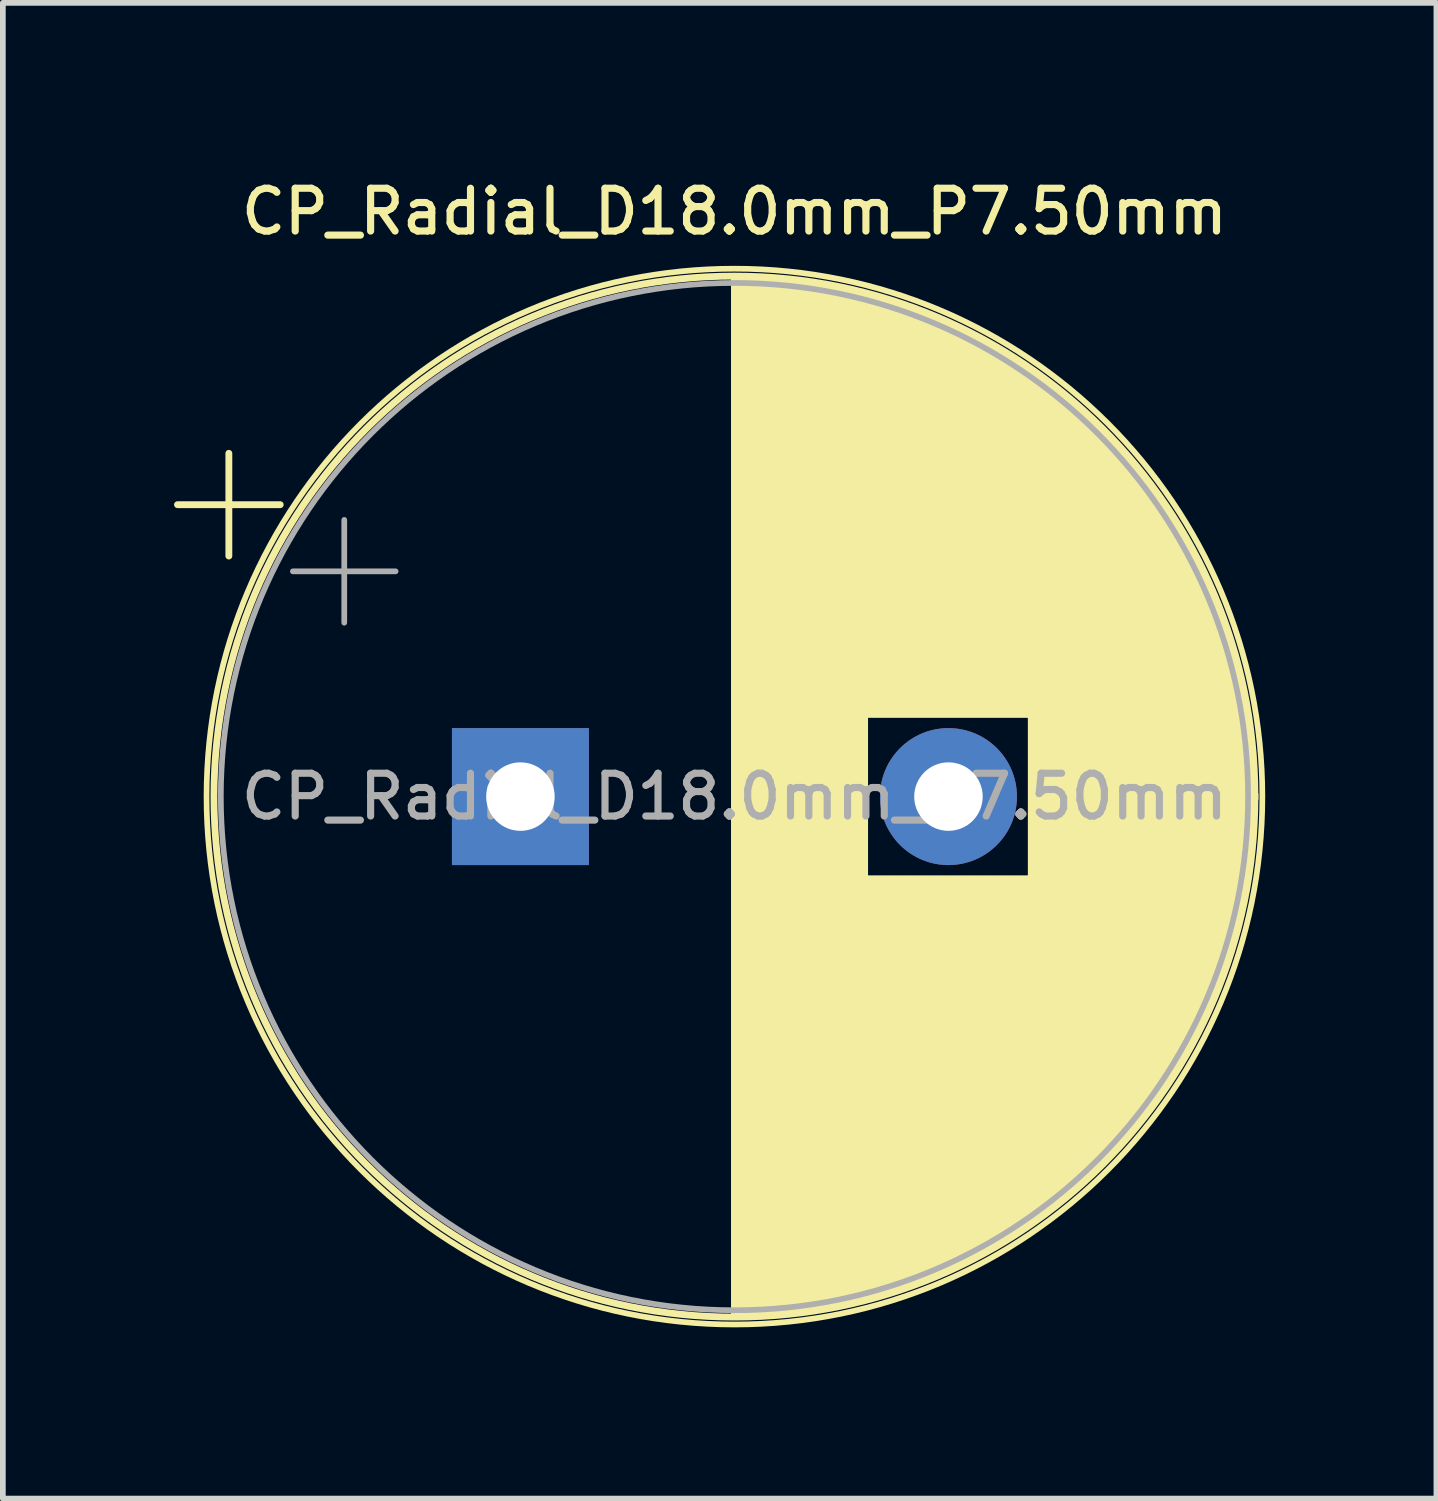
<source format=kicad_pcb>
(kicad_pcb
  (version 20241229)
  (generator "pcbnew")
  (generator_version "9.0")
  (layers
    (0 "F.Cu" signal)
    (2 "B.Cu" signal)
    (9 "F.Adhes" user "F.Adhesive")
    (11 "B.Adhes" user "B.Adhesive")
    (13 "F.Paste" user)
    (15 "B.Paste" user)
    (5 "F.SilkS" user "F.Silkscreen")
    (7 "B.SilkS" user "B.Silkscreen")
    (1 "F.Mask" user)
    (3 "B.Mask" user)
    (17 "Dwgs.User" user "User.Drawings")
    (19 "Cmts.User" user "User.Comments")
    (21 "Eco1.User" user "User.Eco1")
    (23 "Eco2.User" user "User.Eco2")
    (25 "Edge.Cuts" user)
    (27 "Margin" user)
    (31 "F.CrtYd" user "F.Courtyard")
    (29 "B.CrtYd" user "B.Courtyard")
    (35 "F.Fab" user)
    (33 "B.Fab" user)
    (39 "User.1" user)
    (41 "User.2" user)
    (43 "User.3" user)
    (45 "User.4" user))
  (footprint "CP_Radial_D18.0mm_P7.50mm"
    (layer "F.Cu")
    (at 6.069 10.908)
    (property "Reference" "CP_Radial_D18.0mm_P7.50mm" (at 3.75 -10.25 0) (layer "F.SilkS") (effects (font (size 0.75 0.75) (thickness 0.125))))
    (attr through_hole)
    (fp_line (start -6.009 -5.115) (end -4.209 -5.115) (stroke (width 0.12) (type solid)) (layer "F.SilkS"))
    (fp_line (start -5.109 -6.015) (end -5.109 -4.215) (stroke (width 0.12) (type solid)) (layer "F.SilkS"))
    (fp_line (start 3.75 -9.081) (end 3.75 9.081) (stroke (width 0.12) (type solid)) (layer "F.SilkS"))
    (fp_line (start 3.79 -9.08) (end 3.79 9.08) (stroke (width 0.12) (type solid)) (layer "F.SilkS"))
    (fp_line (start 3.83 -9.08) (end 3.83 9.08) (stroke (width 0.12) (type solid)) (layer "F.SilkS"))
    (fp_line (start 3.87 -9.08) (end 3.87 9.08) (stroke (width 0.12) (type solid)) (layer "F.SilkS"))
    (fp_line (start 3.91 -9.079) (end 3.91 9.079) (stroke (width 0.12) (type solid)) (layer "F.SilkS"))
    (fp_line (start 3.95 -9.078) (end 3.95 9.078) (stroke (width 0.12) (type solid)) (layer "F.SilkS"))
    (fp_line (start 3.99 -9.077) (end 3.99 9.077) (stroke (width 0.12) (type solid)) (layer "F.SilkS"))
    (fp_line (start 4.03 -9.076) (end 4.03 9.076) (stroke (width 0.12) (type solid)) (layer "F.SilkS"))
    (fp_line (start 4.07 -9.075) (end 4.07 9.075) (stroke (width 0.12) (type solid)) (layer "F.SilkS"))
    (fp_line (start 4.11 -9.073) (end 4.11 9.073) (stroke (width 0.12) (type solid)) (layer "F.SilkS"))
    (fp_line (start 4.15 -9.072) (end 4.15 9.072) (stroke (width 0.12) (type solid)) (layer "F.SilkS"))
    (fp_line (start 4.19 -9.07) (end 4.19 9.07) (stroke (width 0.12) (type solid)) (layer "F.SilkS"))
    (fp_line (start 4.23 -9.068) (end 4.23 9.068) (stroke (width 0.12) (type solid)) (layer "F.SilkS"))
    (fp_line (start 4.27 -9.066) (end 4.27 9.066) (stroke (width 0.12) (type solid)) (layer "F.SilkS"))
    (fp_line (start 4.31 -9.063) (end 4.31 9.063) (stroke (width 0.12) (type solid)) (layer "F.SilkS"))
    (fp_line (start 4.35 -9.061) (end 4.35 9.061) (stroke (width 0.12) (type solid)) (layer "F.SilkS"))
    (fp_line (start 4.39 -9.058) (end 4.39 9.058) (stroke (width 0.12) (type solid)) (layer "F.SilkS"))
    (fp_line (start 4.43 -9.055) (end 4.43 9.055) (stroke (width 0.12) (type solid)) (layer "F.SilkS"))
    (fp_line (start 4.471 -9.052) (end 4.471 9.052) (stroke (width 0.12) (type solid)) (layer "F.SilkS"))
    (fp_line (start 4.511 -9.049) (end 4.511 9.049) (stroke (width 0.12) (type solid)) (layer "F.SilkS"))
    (fp_line (start 4.551 -9.045) (end 4.551 9.045) (stroke (width 0.12) (type solid)) (layer "F.SilkS"))
    (fp_line (start 4.591 -9.042) (end 4.591 9.042) (stroke (width 0.12) (type solid)) (layer "F.SilkS"))
    (fp_line (start 4.631 -9.038) (end 4.631 9.038) (stroke (width 0.12) (type solid)) (layer "F.SilkS"))
    (fp_line (start 4.671 -9.034) (end 4.671 9.034) (stroke (width 0.12) (type solid)) (layer "F.SilkS"))
    (fp_line (start 4.711 -9.03) (end 4.711 9.03) (stroke (width 0.12) (type solid)) (layer "F.SilkS"))
    (fp_line (start 4.751 -9.026) (end 4.751 9.026) (stroke (width 0.12) (type solid)) (layer "F.SilkS"))
    (fp_line (start 4.791 -9.021) (end 4.791 9.021) (stroke (width 0.12) (type solid)) (layer "F.SilkS"))
    (fp_line (start 4.831 -9.016) (end 4.831 9.016) (stroke (width 0.12) (type solid)) (layer "F.SilkS"))
    (fp_line (start 4.871 -9.011) (end 4.871 9.011) (stroke (width 0.12) (type solid)) (layer "F.SilkS"))
    (fp_line (start 4.911 -9.006) (end 4.911 9.006) (stroke (width 0.12) (type solid)) (layer "F.SilkS"))
    (fp_line (start 4.951 -9.001) (end 4.951 9.001) (stroke (width 0.12) (type solid)) (layer "F.SilkS"))
    (fp_line (start 4.991 -8.996) (end 4.991 8.996) (stroke (width 0.12) (type solid)) (layer "F.SilkS"))
    (fp_line (start 5.031 -8.99) (end 5.031 8.99) (stroke (width 0.12) (type solid)) (layer "F.SilkS"))
    (fp_line (start 5.071 -8.984) (end 5.071 8.984) (stroke (width 0.12) (type solid)) (layer "F.SilkS"))
    (fp_line (start 5.111 -8.979) (end 5.111 8.979) (stroke (width 0.12) (type solid)) (layer "F.SilkS"))
    (fp_line (start 5.151 -8.972) (end 5.151 8.972) (stroke (width 0.12) (type solid)) (layer "F.SilkS"))
    (fp_line (start 5.191 -8.966) (end 5.191 8.966) (stroke (width 0.12) (type solid)) (layer "F.SilkS"))
    (fp_line (start 5.231 -8.96) (end 5.231 8.96) (stroke (width 0.12) (type solid)) (layer "F.SilkS"))
    (fp_line (start 5.271 -8.953) (end 5.271 8.953) (stroke (width 0.12) (type solid)) (layer "F.SilkS"))
    (fp_line (start 5.311 -8.946) (end 5.311 8.946) (stroke (width 0.12) (type solid)) (layer "F.SilkS"))
    (fp_line (start 5.351 -8.939) (end 5.351 8.939) (stroke (width 0.12) (type solid)) (layer "F.SilkS"))
    (fp_line (start 5.391 -8.932) (end 5.391 8.932) (stroke (width 0.12) (type solid)) (layer "F.SilkS"))
    (fp_line (start 5.431 -8.924) (end 5.431 8.924) (stroke (width 0.12) (type solid)) (layer "F.SilkS"))
    (fp_line (start 5.471 -8.917) (end 5.471 8.917) (stroke (width 0.12) (type solid)) (layer "F.SilkS"))
    (fp_line (start 5.511 -8.909) (end 5.511 8.909) (stroke (width 0.12) (type solid)) (layer "F.SilkS"))
    (fp_line (start 5.551 -8.901) (end 5.551 8.901) (stroke (width 0.12) (type solid)) (layer "F.SilkS"))
    (fp_line (start 5.591 -8.893) (end 5.591 8.893) (stroke (width 0.12) (type solid)) (layer "F.SilkS"))
    (fp_line (start 5.631 -8.885) (end 5.631 8.885) (stroke (width 0.12) (type solid)) (layer "F.SilkS"))
    (fp_line (start 5.671 -8.876) (end 5.671 8.876) (stroke (width 0.12) (type solid)) (layer "F.SilkS"))
    (fp_line (start 5.711 -8.867) (end 5.711 8.867) (stroke (width 0.12) (type solid)) (layer "F.SilkS"))
    (fp_line (start 5.751 -8.858) (end 5.751 8.858) (stroke (width 0.12) (type solid)) (layer "F.SilkS"))
    (fp_line (start 5.791 -8.849) (end 5.791 8.849) (stroke (width 0.12) (type solid)) (layer "F.SilkS"))
    (fp_line (start 5.831 -8.84) (end 5.831 8.84) (stroke (width 0.12) (type solid)) (layer "F.SilkS"))
    (fp_line (start 5.871 -8.831) (end 5.871 8.831) (stroke (width 0.12) (type solid)) (layer "F.SilkS"))
    (fp_line (start 5.911 -8.821) (end 5.911 8.821) (stroke (width 0.12) (type solid)) (layer "F.SilkS"))
    (fp_line (start 5.951 -8.811) (end 5.951 8.811) (stroke (width 0.12) (type solid)) (layer "F.SilkS"))
    (fp_line (start 5.991 -8.801) (end 5.991 8.801) (stroke (width 0.12) (type solid)) (layer "F.SilkS"))
    (fp_line (start 6.031 -8.791) (end 6.031 8.791) (stroke (width 0.12) (type solid)) (layer "F.SilkS"))
    (fp_line (start 6.071 -8.78) (end 6.071 -1.44) (stroke (width 0.12) (type solid)) (layer "F.SilkS"))
    (fp_line (start 6.071 1.44) (end 6.071 8.78) (stroke (width 0.12) (type solid)) (layer "F.SilkS"))
    (fp_line (start 6.111 -8.77) (end 6.111 -1.44) (stroke (width 0.12) (type solid)) (layer "F.SilkS"))
    (fp_line (start 6.111 1.44) (end 6.111 8.77) (stroke (width 0.12) (type solid)) (layer "F.SilkS"))
    (fp_line (start 6.151 -8.759) (end 6.151 -1.44) (stroke (width 0.12) (type solid)) (layer "F.SilkS"))
    (fp_line (start 6.151 1.44) (end 6.151 8.759) (stroke (width 0.12) (type solid)) (layer "F.SilkS"))
    (fp_line (start 6.191 -8.748) (end 6.191 -1.44) (stroke (width 0.12) (type solid)) (layer "F.SilkS"))
    (fp_line (start 6.191 1.44) (end 6.191 8.748) (stroke (width 0.12) (type solid)) (layer "F.SilkS"))
    (fp_line (start 6.231 -8.737) (end 6.231 -1.44) (stroke (width 0.12) (type solid)) (layer "F.SilkS"))
    (fp_line (start 6.231 1.44) (end 6.231 8.737) (stroke (width 0.12) (type solid)) (layer "F.SilkS"))
    (fp_line (start 6.271 -8.725) (end 6.271 -1.44) (stroke (width 0.12) (type solid)) (layer "F.SilkS"))
    (fp_line (start 6.271 1.44) (end 6.271 8.725) (stroke (width 0.12) (type solid)) (layer "F.SilkS"))
    (fp_line (start 6.311 -8.714) (end 6.311 -1.44) (stroke (width 0.12) (type solid)) (layer "F.SilkS"))
    (fp_line (start 6.311 1.44) (end 6.311 8.714) (stroke (width 0.12) (type solid)) (layer "F.SilkS"))
    (fp_line (start 6.351 -8.702) (end 6.351 -1.44) (stroke (width 0.12) (type solid)) (layer "F.SilkS"))
    (fp_line (start 6.351 1.44) (end 6.351 8.702) (stroke (width 0.12) (type solid)) (layer "F.SilkS"))
    (fp_line (start 6.391 -8.69) (end 6.391 -1.44) (stroke (width 0.12) (type solid)) (layer "F.SilkS"))
    (fp_line (start 6.391 1.44) (end 6.391 8.69) (stroke (width 0.12) (type solid)) (layer "F.SilkS"))
    (fp_line (start 6.431 -8.678) (end 6.431 -1.44) (stroke (width 0.12) (type solid)) (layer "F.SilkS"))
    (fp_line (start 6.431 1.44) (end 6.431 8.678) (stroke (width 0.12) (type solid)) (layer "F.SilkS"))
    (fp_line (start 6.471 -8.665) (end 6.471 -1.44) (stroke (width 0.12) (type solid)) (layer "F.SilkS"))
    (fp_line (start 6.471 1.44) (end 6.471 8.665) (stroke (width 0.12) (type solid)) (layer "F.SilkS"))
    (fp_line (start 6.511 -8.653) (end 6.511 -1.44) (stroke (width 0.12) (type solid)) (layer "F.SilkS"))
    (fp_line (start 6.511 1.44) (end 6.511 8.653) (stroke (width 0.12) (type solid)) (layer "F.SilkS"))
    (fp_line (start 6.551 -8.64) (end 6.551 -1.44) (stroke (width 0.12) (type solid)) (layer "F.SilkS"))
    (fp_line (start 6.551 1.44) (end 6.551 8.64) (stroke (width 0.12) (type solid)) (layer "F.SilkS"))
    (fp_line (start 6.591 -8.627) (end 6.591 -1.44) (stroke (width 0.12) (type solid)) (layer "F.SilkS"))
    (fp_line (start 6.591 1.44) (end 6.591 8.627) (stroke (width 0.12) (type solid)) (layer "F.SilkS"))
    (fp_line (start 6.631 -8.614) (end 6.631 -1.44) (stroke (width 0.12) (type solid)) (layer "F.SilkS"))
    (fp_line (start 6.631 1.44) (end 6.631 8.614) (stroke (width 0.12) (type solid)) (layer "F.SilkS"))
    (fp_line (start 6.671 -8.6) (end 6.671 -1.44) (stroke (width 0.12) (type solid)) (layer "F.SilkS"))
    (fp_line (start 6.671 1.44) (end 6.671 8.6) (stroke (width 0.12) (type solid)) (layer "F.SilkS"))
    (fp_line (start 6.711 -8.587) (end 6.711 -1.44) (stroke (width 0.12) (type solid)) (layer "F.SilkS"))
    (fp_line (start 6.711 1.44) (end 6.711 8.587) (stroke (width 0.12) (type solid)) (layer "F.SilkS"))
    (fp_line (start 6.751 -8.573) (end 6.751 -1.44) (stroke (width 0.12) (type solid)) (layer "F.SilkS"))
    (fp_line (start 6.751 1.44) (end 6.751 8.573) (stroke (width 0.12) (type solid)) (layer "F.SilkS"))
    (fp_line (start 6.791 -8.559) (end 6.791 -1.44) (stroke (width 0.12) (type solid)) (layer "F.SilkS"))
    (fp_line (start 6.791 1.44) (end 6.791 8.559) (stroke (width 0.12) (type solid)) (layer "F.SilkS"))
    (fp_line (start 6.831 -8.545) (end 6.831 -1.44) (stroke (width 0.12) (type solid)) (layer "F.SilkS"))
    (fp_line (start 6.831 1.44) (end 6.831 8.545) (stroke (width 0.12) (type solid)) (layer "F.SilkS"))
    (fp_line (start 6.871 -8.53) (end 6.871 -1.44) (stroke (width 0.12) (type solid)) (layer "F.SilkS"))
    (fp_line (start 6.871 1.44) (end 6.871 8.53) (stroke (width 0.12) (type solid)) (layer "F.SilkS"))
    (fp_line (start 6.911 -8.516) (end 6.911 -1.44) (stroke (width 0.12) (type solid)) (layer "F.SilkS"))
    (fp_line (start 6.911 1.44) (end 6.911 8.516) (stroke (width 0.12) (type solid)) (layer "F.SilkS"))
    (fp_line (start 6.951 -8.501) (end 6.951 -1.44) (stroke (width 0.12) (type solid)) (layer "F.SilkS"))
    (fp_line (start 6.951 1.44) (end 6.951 8.501) (stroke (width 0.12) (type solid)) (layer "F.SilkS"))
    (fp_line (start 6.991 -8.486) (end 6.991 -1.44) (stroke (width 0.12) (type solid)) (layer "F.SilkS"))
    (fp_line (start 6.991 1.44) (end 6.991 8.486) (stroke (width 0.12) (type solid)) (layer "F.SilkS"))
    (fp_line (start 7.031 -8.47) (end 7.031 -1.44) (stroke (width 0.12) (type solid)) (layer "F.SilkS"))
    (fp_line (start 7.031 1.44) (end 7.031 8.47) (stroke (width 0.12) (type solid)) (layer "F.SilkS"))
    (fp_line (start 7.071 -8.455) (end 7.071 -1.44) (stroke (width 0.12) (type solid)) (layer "F.SilkS"))
    (fp_line (start 7.071 1.44) (end 7.071 8.455) (stroke (width 0.12) (type solid)) (layer "F.SilkS"))
    (fp_line (start 7.111 -8.439) (end 7.111 -1.44) (stroke (width 0.12) (type solid)) (layer "F.SilkS"))
    (fp_line (start 7.111 1.44) (end 7.111 8.439) (stroke (width 0.12) (type solid)) (layer "F.SilkS"))
    (fp_line (start 7.151 -8.423) (end 7.151 -1.44) (stroke (width 0.12) (type solid)) (layer "F.SilkS"))
    (fp_line (start 7.151 1.44) (end 7.151 8.423) (stroke (width 0.12) (type solid)) (layer "F.SilkS"))
    (fp_line (start 7.191 -8.407) (end 7.191 -1.44) (stroke (width 0.12) (type solid)) (layer "F.SilkS"))
    (fp_line (start 7.191 1.44) (end 7.191 8.407) (stroke (width 0.12) (type solid)) (layer "F.SilkS"))
    (fp_line (start 7.231 -8.39) (end 7.231 -1.44) (stroke (width 0.12) (type solid)) (layer "F.SilkS"))
    (fp_line (start 7.231 1.44) (end 7.231 8.39) (stroke (width 0.12) (type solid)) (layer "F.SilkS"))
    (fp_line (start 7.271 -8.374) (end 7.271 -1.44) (stroke (width 0.12) (type solid)) (layer "F.SilkS"))
    (fp_line (start 7.271 1.44) (end 7.271 8.374) (stroke (width 0.12) (type solid)) (layer "F.SilkS"))
    (fp_line (start 7.311 -8.357) (end 7.311 -1.44) (stroke (width 0.12) (type solid)) (layer "F.SilkS"))
    (fp_line (start 7.311 1.44) (end 7.311 8.357) (stroke (width 0.12) (type solid)) (layer "F.SilkS"))
    (fp_line (start 7.351 -8.34) (end 7.351 -1.44) (stroke (width 0.12) (type solid)) (layer "F.SilkS"))
    (fp_line (start 7.351 1.44) (end 7.351 8.34) (stroke (width 0.12) (type solid)) (layer "F.SilkS"))
    (fp_line (start 7.391 -8.323) (end 7.391 -1.44) (stroke (width 0.12) (type solid)) (layer "F.SilkS"))
    (fp_line (start 7.391 1.44) (end 7.391 8.323) (stroke (width 0.12) (type solid)) (layer "F.SilkS"))
    (fp_line (start 7.431 -8.305) (end 7.431 -1.44) (stroke (width 0.12) (type solid)) (layer "F.SilkS"))
    (fp_line (start 7.431 1.44) (end 7.431 8.305) (stroke (width 0.12) (type solid)) (layer "F.SilkS"))
    (fp_line (start 7.471 -8.287) (end 7.471 -1.44) (stroke (width 0.12) (type solid)) (layer "F.SilkS"))
    (fp_line (start 7.471 1.44) (end 7.471 8.287) (stroke (width 0.12) (type solid)) (layer "F.SilkS"))
    (fp_line (start 7.511 -8.269) (end 7.511 -1.44) (stroke (width 0.12) (type solid)) (layer "F.SilkS"))
    (fp_line (start 7.511 1.44) (end 7.511 8.269) (stroke (width 0.12) (type solid)) (layer "F.SilkS"))
    (fp_line (start 7.551 -8.251) (end 7.551 -1.44) (stroke (width 0.12) (type solid)) (layer "F.SilkS"))
    (fp_line (start 7.551 1.44) (end 7.551 8.251) (stroke (width 0.12) (type solid)) (layer "F.SilkS"))
    (fp_line (start 7.591 -8.233) (end 7.591 -1.44) (stroke (width 0.12) (type solid)) (layer "F.SilkS"))
    (fp_line (start 7.591 1.44) (end 7.591 8.233) (stroke (width 0.12) (type solid)) (layer "F.SilkS"))
    (fp_line (start 7.631 -8.214) (end 7.631 -1.44) (stroke (width 0.12) (type solid)) (layer "F.SilkS"))
    (fp_line (start 7.631 1.44) (end 7.631 8.214) (stroke (width 0.12) (type solid)) (layer "F.SilkS"))
    (fp_line (start 7.671 -8.195) (end 7.671 -1.44) (stroke (width 0.12) (type solid)) (layer "F.SilkS"))
    (fp_line (start 7.671 1.44) (end 7.671 8.195) (stroke (width 0.12) (type solid)) (layer "F.SilkS"))
    (fp_line (start 7.711 -8.176) (end 7.711 -1.44) (stroke (width 0.12) (type solid)) (layer "F.SilkS"))
    (fp_line (start 7.711 1.44) (end 7.711 8.176) (stroke (width 0.12) (type solid)) (layer "F.SilkS"))
    (fp_line (start 7.751 -8.156) (end 7.751 -1.44) (stroke (width 0.12) (type solid)) (layer "F.SilkS"))
    (fp_line (start 7.751 1.44) (end 7.751 8.156) (stroke (width 0.12) (type solid)) (layer "F.SilkS"))
    (fp_line (start 7.791 -8.137) (end 7.791 -1.44) (stroke (width 0.12) (type solid)) (layer "F.SilkS"))
    (fp_line (start 7.791 1.44) (end 7.791 8.137) (stroke (width 0.12) (type solid)) (layer "F.SilkS"))
    (fp_line (start 7.831 -8.117) (end 7.831 -1.44) (stroke (width 0.12) (type solid)) (layer "F.SilkS"))
    (fp_line (start 7.831 1.44) (end 7.831 8.117) (stroke (width 0.12) (type solid)) (layer "F.SilkS"))
    (fp_line (start 7.871 -8.097) (end 7.871 -1.44) (stroke (width 0.12) (type solid)) (layer "F.SilkS"))
    (fp_line (start 7.871 1.44) (end 7.871 8.097) (stroke (width 0.12) (type solid)) (layer "F.SilkS"))
    (fp_line (start 7.911 -8.076) (end 7.911 -1.44) (stroke (width 0.12) (type solid)) (layer "F.SilkS"))
    (fp_line (start 7.911 1.44) (end 7.911 8.076) (stroke (width 0.12) (type solid)) (layer "F.SilkS"))
    (fp_line (start 7.951 -8.056) (end 7.951 -1.44) (stroke (width 0.12) (type solid)) (layer "F.SilkS"))
    (fp_line (start 7.951 1.44) (end 7.951 8.056) (stroke (width 0.12) (type solid)) (layer "F.SilkS"))
    (fp_line (start 7.991 -8.035) (end 7.991 -1.44) (stroke (width 0.12) (type solid)) (layer "F.SilkS"))
    (fp_line (start 7.991 1.44) (end 7.991 8.035) (stroke (width 0.12) (type solid)) (layer "F.SilkS"))
    (fp_line (start 8.031 -8.014) (end 8.031 -1.44) (stroke (width 0.12) (type solid)) (layer "F.SilkS"))
    (fp_line (start 8.031 1.44) (end 8.031 8.014) (stroke (width 0.12) (type solid)) (layer "F.SilkS"))
    (fp_line (start 8.071 -7.992) (end 8.071 -1.44) (stroke (width 0.12) (type solid)) (layer "F.SilkS"))
    (fp_line (start 8.071 1.44) (end 8.071 7.992) (stroke (width 0.12) (type solid)) (layer "F.SilkS"))
    (fp_line (start 8.111 -7.971) (end 8.111 -1.44) (stroke (width 0.12) (type solid)) (layer "F.SilkS"))
    (fp_line (start 8.111 1.44) (end 8.111 7.971) (stroke (width 0.12) (type solid)) (layer "F.SilkS"))
    (fp_line (start 8.151 -7.949) (end 8.151 -1.44) (stroke (width 0.12) (type solid)) (layer "F.SilkS"))
    (fp_line (start 8.151 1.44) (end 8.151 7.949) (stroke (width 0.12) (type solid)) (layer "F.SilkS"))
    (fp_line (start 8.191 -7.927) (end 8.191 -1.44) (stroke (width 0.12) (type solid)) (layer "F.SilkS"))
    (fp_line (start 8.191 1.44) (end 8.191 7.927) (stroke (width 0.12) (type solid)) (layer "F.SilkS"))
    (fp_line (start 8.231 -7.904) (end 8.231 -1.44) (stroke (width 0.12) (type solid)) (layer "F.SilkS"))
    (fp_line (start 8.231 1.44) (end 8.231 7.904) (stroke (width 0.12) (type solid)) (layer "F.SilkS"))
    (fp_line (start 8.271 -7.882) (end 8.271 -1.44) (stroke (width 0.12) (type solid)) (layer "F.SilkS"))
    (fp_line (start 8.271 1.44) (end 8.271 7.882) (stroke (width 0.12) (type solid)) (layer "F.SilkS"))
    (fp_line (start 8.311 -7.859) (end 8.311 -1.44) (stroke (width 0.12) (type solid)) (layer "F.SilkS"))
    (fp_line (start 8.311 1.44) (end 8.311 7.859) (stroke (width 0.12) (type solid)) (layer "F.SilkS"))
    (fp_line (start 8.351 -7.835) (end 8.351 -1.44) (stroke (width 0.12) (type solid)) (layer "F.SilkS"))
    (fp_line (start 8.351 1.44) (end 8.351 7.835) (stroke (width 0.12) (type solid)) (layer "F.SilkS"))
    (fp_line (start 8.391 -7.812) (end 8.391 -1.44) (stroke (width 0.12) (type solid)) (layer "F.SilkS"))
    (fp_line (start 8.391 1.44) (end 8.391 7.812) (stroke (width 0.12) (type solid)) (layer "F.SilkS"))
    (fp_line (start 8.431 -7.788) (end 8.431 -1.44) (stroke (width 0.12) (type solid)) (layer "F.SilkS"))
    (fp_line (start 8.431 1.44) (end 8.431 7.788) (stroke (width 0.12) (type solid)) (layer "F.SilkS"))
    (fp_line (start 8.471 -7.764) (end 8.471 -1.44) (stroke (width 0.12) (type solid)) (layer "F.SilkS"))
    (fp_line (start 8.471 1.44) (end 8.471 7.764) (stroke (width 0.12) (type solid)) (layer "F.SilkS"))
    (fp_line (start 8.511 -7.74) (end 8.511 -1.44) (stroke (width 0.12) (type solid)) (layer "F.SilkS"))
    (fp_line (start 8.511 1.44) (end 8.511 7.74) (stroke (width 0.12) (type solid)) (layer "F.SilkS"))
    (fp_line (start 8.551 -7.715) (end 8.551 -1.44) (stroke (width 0.12) (type solid)) (layer "F.SilkS"))
    (fp_line (start 8.551 1.44) (end 8.551 7.715) (stroke (width 0.12) (type solid)) (layer "F.SilkS"))
    (fp_line (start 8.591 -7.69) (end 8.591 -1.44) (stroke (width 0.12) (type solid)) (layer "F.SilkS"))
    (fp_line (start 8.591 1.44) (end 8.591 7.69) (stroke (width 0.12) (type solid)) (layer "F.SilkS"))
    (fp_line (start 8.631 -7.665) (end 8.631 -1.44) (stroke (width 0.12) (type solid)) (layer "F.SilkS"))
    (fp_line (start 8.631 1.44) (end 8.631 7.665) (stroke (width 0.12) (type solid)) (layer "F.SilkS"))
    (fp_line (start 8.671 -7.64) (end 8.671 -1.44) (stroke (width 0.12) (type solid)) (layer "F.SilkS"))
    (fp_line (start 8.671 1.44) (end 8.671 7.64) (stroke (width 0.12) (type solid)) (layer "F.SilkS"))
    (fp_line (start 8.711 -7.614) (end 8.711 -1.44) (stroke (width 0.12) (type solid)) (layer "F.SilkS"))
    (fp_line (start 8.711 1.44) (end 8.711 7.614) (stroke (width 0.12) (type solid)) (layer "F.SilkS"))
    (fp_line (start 8.751 -7.588) (end 8.751 -1.44) (stroke (width 0.12) (type solid)) (layer "F.SilkS"))
    (fp_line (start 8.751 1.44) (end 8.751 7.588) (stroke (width 0.12) (type solid)) (layer "F.SilkS"))
    (fp_line (start 8.791 -7.561) (end 8.791 -1.44) (stroke (width 0.12) (type solid)) (layer "F.SilkS"))
    (fp_line (start 8.791 1.44) (end 8.791 7.561) (stroke (width 0.12) (type solid)) (layer "F.SilkS"))
    (fp_line (start 8.831 -7.535) (end 8.831 -1.44) (stroke (width 0.12) (type solid)) (layer "F.SilkS"))
    (fp_line (start 8.831 1.44) (end 8.831 7.535) (stroke (width 0.12) (type solid)) (layer "F.SilkS"))
    (fp_line (start 8.871 -7.508) (end 8.871 -1.44) (stroke (width 0.12) (type solid)) (layer "F.SilkS"))
    (fp_line (start 8.871 1.44) (end 8.871 7.508) (stroke (width 0.12) (type solid)) (layer "F.SilkS"))
    (fp_line (start 8.911 -7.48) (end 8.911 -1.44) (stroke (width 0.12) (type solid)) (layer "F.SilkS"))
    (fp_line (start 8.911 1.44) (end 8.911 7.48) (stroke (width 0.12) (type solid)) (layer "F.SilkS"))
    (fp_line (start 8.951 -7.453) (end 8.951 7.453) (stroke (width 0.12) (type solid)) (layer "F.SilkS"))
    (fp_line (start 8.991 -7.425) (end 8.991 7.425) (stroke (width 0.12) (type solid)) (layer "F.SilkS"))
    (fp_line (start 9.031 -7.397) (end 9.031 7.397) (stroke (width 0.12) (type solid)) (layer "F.SilkS"))
    (fp_line (start 9.071 -7.368) (end 9.071 7.368) (stroke (width 0.12) (type solid)) (layer "F.SilkS"))
    (fp_line (start 9.111 -7.339) (end 9.111 7.339) (stroke (width 0.12) (type solid)) (layer "F.SilkS"))
    (fp_line (start 9.151 -7.31) (end 9.151 7.31) (stroke (width 0.12) (type solid)) (layer "F.SilkS"))
    (fp_line (start 9.191 -7.28) (end 9.191 7.28) (stroke (width 0.12) (type solid)) (layer "F.SilkS"))
    (fp_line (start 9.231 -7.25) (end 9.231 7.25) (stroke (width 0.12) (type solid)) (layer "F.SilkS"))
    (fp_line (start 9.271 -7.22) (end 9.271 7.22) (stroke (width 0.12) (type solid)) (layer "F.SilkS"))
    (fp_line (start 9.311 -7.19) (end 9.311 7.19) (stroke (width 0.12) (type solid)) (layer "F.SilkS"))
    (fp_line (start 9.351 -7.159) (end 9.351 7.159) (stroke (width 0.12) (type solid)) (layer "F.SilkS"))
    (fp_line (start 9.391 -7.127) (end 9.391 7.127) (stroke (width 0.12) (type solid)) (layer "F.SilkS"))
    (fp_line (start 9.431 -7.096) (end 9.431 7.096) (stroke (width 0.12) (type solid)) (layer "F.SilkS"))
    (fp_line (start 9.471 -7.064) (end 9.471 7.064) (stroke (width 0.12) (type solid)) (layer "F.SilkS"))
    (fp_line (start 9.511 -7.031) (end 9.511 7.031) (stroke (width 0.12) (type solid)) (layer "F.SilkS"))
    (fp_line (start 9.551 -6.999) (end 9.551 6.999) (stroke (width 0.12) (type solid)) (layer "F.SilkS"))
    (fp_line (start 9.591 -6.965) (end 9.591 6.965) (stroke (width 0.12) (type solid)) (layer "F.SilkS"))
    (fp_line (start 9.631 -6.932) (end 9.631 6.932) (stroke (width 0.12) (type solid)) (layer "F.SilkS"))
    (fp_line (start 9.671 -6.898) (end 9.671 6.898) (stroke (width 0.12) (type solid)) (layer "F.SilkS"))
    (fp_line (start 9.711 -6.864) (end 9.711 6.864) (stroke (width 0.12) (type solid)) (layer "F.SilkS"))
    (fp_line (start 9.751 -6.829) (end 9.751 6.829) (stroke (width 0.12) (type solid)) (layer "F.SilkS"))
    (fp_line (start 9.791 -6.794) (end 9.791 6.794) (stroke (width 0.12) (type solid)) (layer "F.SilkS"))
    (fp_line (start 9.831 -6.758) (end 9.831 6.758) (stroke (width 0.12) (type solid)) (layer "F.SilkS"))
    (fp_line (start 9.871 -6.722) (end 9.871 6.722) (stroke (width 0.12) (type solid)) (layer "F.SilkS"))
    (fp_line (start 9.911 -6.686) (end 9.911 6.686) (stroke (width 0.12) (type solid)) (layer "F.SilkS"))
    (fp_line (start 9.951 -6.649) (end 9.951 6.649) (stroke (width 0.12) (type solid)) (layer "F.SilkS"))
    (fp_line (start 9.991 -6.612) (end 9.991 6.612) (stroke (width 0.12) (type solid)) (layer "F.SilkS"))
    (fp_line (start 10.031 -6.574) (end 10.031 6.574) (stroke (width 0.12) (type solid)) (layer "F.SilkS"))
    (fp_line (start 10.071 -6.536) (end 10.071 6.536) (stroke (width 0.12) (type solid)) (layer "F.SilkS"))
    (fp_line (start 10.111 -6.497) (end 10.111 6.497) (stroke (width 0.12) (type solid)) (layer "F.SilkS"))
    (fp_line (start 10.151 -6.458) (end 10.151 6.458) (stroke (width 0.12) (type solid)) (layer "F.SilkS"))
    (fp_line (start 10.191 -6.418) (end 10.191 6.418) (stroke (width 0.12) (type solid)) (layer "F.SilkS"))
    (fp_line (start 10.231 -6.378) (end 10.231 6.378) (stroke (width 0.12) (type solid)) (layer "F.SilkS"))
    (fp_line (start 10.271 -6.337) (end 10.271 6.337) (stroke (width 0.12) (type solid)) (layer "F.SilkS"))
    (fp_line (start 10.311 -6.296) (end 10.311 6.296) (stroke (width 0.12) (type solid)) (layer "F.SilkS"))
    (fp_line (start 10.351 -6.254) (end 10.351 6.254) (stroke (width 0.12) (type solid)) (layer "F.SilkS"))
    (fp_line (start 10.391 -6.212) (end 10.391 6.212) (stroke (width 0.12) (type solid)) (layer "F.SilkS"))
    (fp_line (start 10.431 -6.17) (end 10.431 6.17) (stroke (width 0.12) (type solid)) (layer "F.SilkS"))
    (fp_line (start 10.471 -6.126) (end 10.471 6.126) (stroke (width 0.12) (type solid)) (layer "F.SilkS"))
    (fp_line (start 10.511 -6.082) (end 10.511 6.082) (stroke (width 0.12) (type solid)) (layer "F.SilkS"))
    (fp_line (start 10.551 -6.038) (end 10.551 6.038) (stroke (width 0.12) (type solid)) (layer "F.SilkS"))
    (fp_line (start 10.591 -5.993) (end 10.591 5.993) (stroke (width 0.12) (type solid)) (layer "F.SilkS"))
    (fp_line (start 10.631 -5.947) (end 10.631 5.947) (stroke (width 0.12) (type solid)) (layer "F.SilkS"))
    (fp_line (start 10.671 -5.901) (end 10.671 5.901) (stroke (width 0.12) (type solid)) (layer "F.SilkS"))
    (fp_line (start 10.711 -5.854) (end 10.711 5.854) (stroke (width 0.12) (type solid)) (layer "F.SilkS"))
    (fp_line (start 10.751 -5.806) (end 10.751 5.806) (stroke (width 0.12) (type solid)) (layer "F.SilkS"))
    (fp_line (start 10.791 -5.758) (end 10.791 5.758) (stroke (width 0.12) (type solid)) (layer "F.SilkS"))
    (fp_line (start 10.831 -5.709) (end 10.831 5.709) (stroke (width 0.12) (type solid)) (layer "F.SilkS"))
    (fp_line (start 10.871 -5.66) (end 10.871 5.66) (stroke (width 0.12) (type solid)) (layer "F.SilkS"))
    (fp_line (start 10.911 -5.609) (end 10.911 5.609) (stroke (width 0.12) (type solid)) (layer "F.SilkS"))
    (fp_line (start 10.951 -5.558) (end 10.951 5.558) (stroke (width 0.12) (type solid)) (layer "F.SilkS"))
    (fp_line (start 10.991 -5.506) (end 10.991 5.506) (stroke (width 0.12) (type solid)) (layer "F.SilkS"))
    (fp_line (start 11.031 -5.454) (end 11.031 5.454) (stroke (width 0.12) (type solid)) (layer "F.SilkS"))
    (fp_line (start 11.071 -5.4) (end 11.071 5.4) (stroke (width 0.12) (type solid)) (layer "F.SilkS"))
    (fp_line (start 11.111 -5.346) (end 11.111 5.346) (stroke (width 0.12) (type solid)) (layer "F.SilkS"))
    (fp_line (start 11.151 -5.291) (end 11.151 5.291) (stroke (width 0.12) (type solid)) (layer "F.SilkS"))
    (fp_line (start 11.191 -5.235) (end 11.191 5.235) (stroke (width 0.12) (type solid)) (layer "F.SilkS"))
    (fp_line (start 11.231 -5.178) (end 11.231 5.178) (stroke (width 0.12) (type solid)) (layer "F.SilkS"))
    (fp_line (start 11.271 -5.12) (end 11.271 5.12) (stroke (width 0.12) (type solid)) (layer "F.SilkS"))
    (fp_line (start 11.311 -5.062) (end 11.311 5.062) (stroke (width 0.12) (type solid)) (layer "F.SilkS"))
    (fp_line (start 11.351 -5.002) (end 11.351 5.002) (stroke (width 0.12) (type solid)) (layer "F.SilkS"))
    (fp_line (start 11.391 -4.941) (end 11.391 4.941) (stroke (width 0.12) (type solid)) (layer "F.SilkS"))
    (fp_line (start 11.431 -4.879) (end 11.431 4.879) (stroke (width 0.12) (type solid)) (layer "F.SilkS"))
    (fp_line (start 11.471 -4.816) (end 11.471 4.816) (stroke (width 0.12) (type solid)) (layer "F.SilkS"))
    (fp_line (start 11.511 -4.752) (end 11.511 4.752) (stroke (width 0.12) (type solid)) (layer "F.SilkS"))
    (fp_line (start 11.551 -4.686) (end 11.551 4.686) (stroke (width 0.12) (type solid)) (layer "F.SilkS"))
    (fp_line (start 11.591 -4.62) (end 11.591 4.62) (stroke (width 0.12) (type solid)) (layer "F.SilkS"))
    (fp_line (start 11.631 -4.552) (end 11.631 4.552) (stroke (width 0.12) (type solid)) (layer "F.SilkS"))
    (fp_line (start 11.671 -4.482) (end 11.671 4.482) (stroke (width 0.12) (type solid)) (layer "F.SilkS"))
    (fp_line (start 11.711 -4.412) (end 11.711 4.412) (stroke (width 0.12) (type solid)) (layer "F.SilkS"))
    (fp_line (start 11.751 -4.339) (end 11.751 4.339) (stroke (width 0.12) (type solid)) (layer "F.SilkS"))
    (fp_line (start 11.791 -4.265) (end 11.791 4.265) (stroke (width 0.12) (type solid)) (layer "F.SilkS"))
    (fp_line (start 11.831 -4.19) (end 11.831 4.19) (stroke (width 0.12) (type solid)) (layer "F.SilkS"))
    (fp_line (start 11.871 -4.113) (end 11.871 4.113) (stroke (width 0.12) (type solid)) (layer "F.SilkS"))
    (fp_line (start 11.911 -4.033) (end 11.911 4.033) (stroke (width 0.12) (type solid)) (layer "F.SilkS"))
    (fp_line (start 11.95 -3.952) (end 11.95 3.952) (stroke (width 0.12) (type solid)) (layer "F.SilkS"))
    (fp_line (start 11.99 -3.869) (end 11.99 3.869) (stroke (width 0.12) (type solid)) (layer "F.SilkS"))
    (fp_line (start 12.03 -3.784) (end 12.03 3.784) (stroke (width 0.12) (type solid)) (layer "F.SilkS"))
    (fp_line (start 12.07 -3.696) (end 12.07 3.696) (stroke (width 0.12) (type solid)) (layer "F.SilkS"))
    (fp_line (start 12.11 -3.605) (end 12.11 3.605) (stroke (width 0.12) (type solid)) (layer "F.SilkS"))
    (fp_line (start 12.15 -3.512) (end 12.15 3.512) (stroke (width 0.12) (type solid)) (layer "F.SilkS"))
    (fp_line (start 12.19 -3.416) (end 12.19 3.416) (stroke (width 0.12) (type solid)) (layer "F.SilkS"))
    (fp_line (start 12.23 -3.317) (end 12.23 3.317) (stroke (width 0.12) (type solid)) (layer "F.SilkS"))
    (fp_line (start 12.27 -3.214) (end 12.27 3.214) (stroke (width 0.12) (type solid)) (layer "F.SilkS"))
    (fp_line (start 12.31 -3.107) (end 12.31 3.107) (stroke (width 0.12) (type solid)) (layer "F.SilkS"))
    (fp_line (start 12.35 -2.996) (end 12.35 2.996) (stroke (width 0.12) (type solid)) (layer "F.SilkS"))
    (fp_line (start 12.39 -2.88) (end 12.39 2.88) (stroke (width 0.12) (type solid)) (layer "F.SilkS"))
    (fp_line (start 12.43 -2.759) (end 12.43 2.759) (stroke (width 0.12) (type solid)) (layer "F.SilkS"))
    (fp_line (start 12.47 -2.632) (end 12.47 2.632) (stroke (width 0.12) (type solid)) (layer "F.SilkS"))
    (fp_line (start 12.51 -2.498) (end 12.51 2.498) (stroke (width 0.12) (type solid)) (layer "F.SilkS"))
    (fp_line (start 12.55 -2.355) (end 12.55 2.355) (stroke (width 0.12) (type solid)) (layer "F.SilkS"))
    (fp_line (start 12.59 -2.203) (end 12.59 2.203) (stroke (width 0.12) (type solid)) (layer "F.SilkS"))
    (fp_line (start 12.63 -2.039) (end 12.63 2.039) (stroke (width 0.12) (type solid)) (layer "F.SilkS"))
    (fp_line (start 12.67 -1.86) (end 12.67 1.86) (stroke (width 0.12) (type solid)) (layer "F.SilkS"))
    (fp_line (start 12.71 -1.661) (end 12.71 1.661) (stroke (width 0.12) (type solid)) (layer "F.SilkS"))
    (fp_line (start 12.75 -1.435) (end 12.75 1.435) (stroke (width 0.12) (type solid)) (layer "F.SilkS"))
    (fp_line (start 12.79 -1.166) (end 12.79 1.166) (stroke (width 0.12) (type solid)) (layer "F.SilkS"))
    (fp_line (start 12.83 -0.814) (end 12.83 0.814) (stroke (width 0.12) (type solid)) (layer "F.SilkS"))
    (fp_line (start 12.87 -0.04) (end 12.87 0.04) (stroke (width 0.12) (type solid)) (layer "F.SilkS"))
    (fp_circle (center 3.75 0) (end 12.87 0) (stroke (width 0.12) (type solid)) (fill no) (layer "F.SilkS"))
    (fp_circle (center 3.75 0) (end 13 0) (stroke (width 0.1) (type solid)) (fill no) (layer "F.SilkS"))
    (fp_line (start -3.987 -3.947) (end -2.187 -3.947) (stroke (width 0.1) (type solid)) (layer "F.Fab"))
    (fp_line (start -3.087 -4.848) (end -3.087 -3.047) (stroke (width 0.1) (type solid)) (layer "F.Fab"))
    (fp_circle (center 3.75 0) (end 12.75 0) (stroke (width 0.1) (type solid)) (fill no) (layer "F.Fab"))
    (fp_text user "${REFERENCE}" (at 3.75 0 0) (layer "F.Fab") (effects (font (size 0.75 0.75) (thickness 0.125))))
    (pad "1" thru_hole rect (at 0 0) (size 2.4 2.4) (drill 1.2) (layers "*.Cu" "*.Mask"))
    (pad "2" thru_hole circle (at 7.5 0) (size 2.4 2.4) (drill 1.2) (layers "*.Cu" "*.Mask")))
  (gr_rect
    (start -3 -3)
    (end 22.119 23.208)
    (stroke (width 0.1) (type default))
    (fill no)
    (layer "Edge.Cuts")))
</source>
